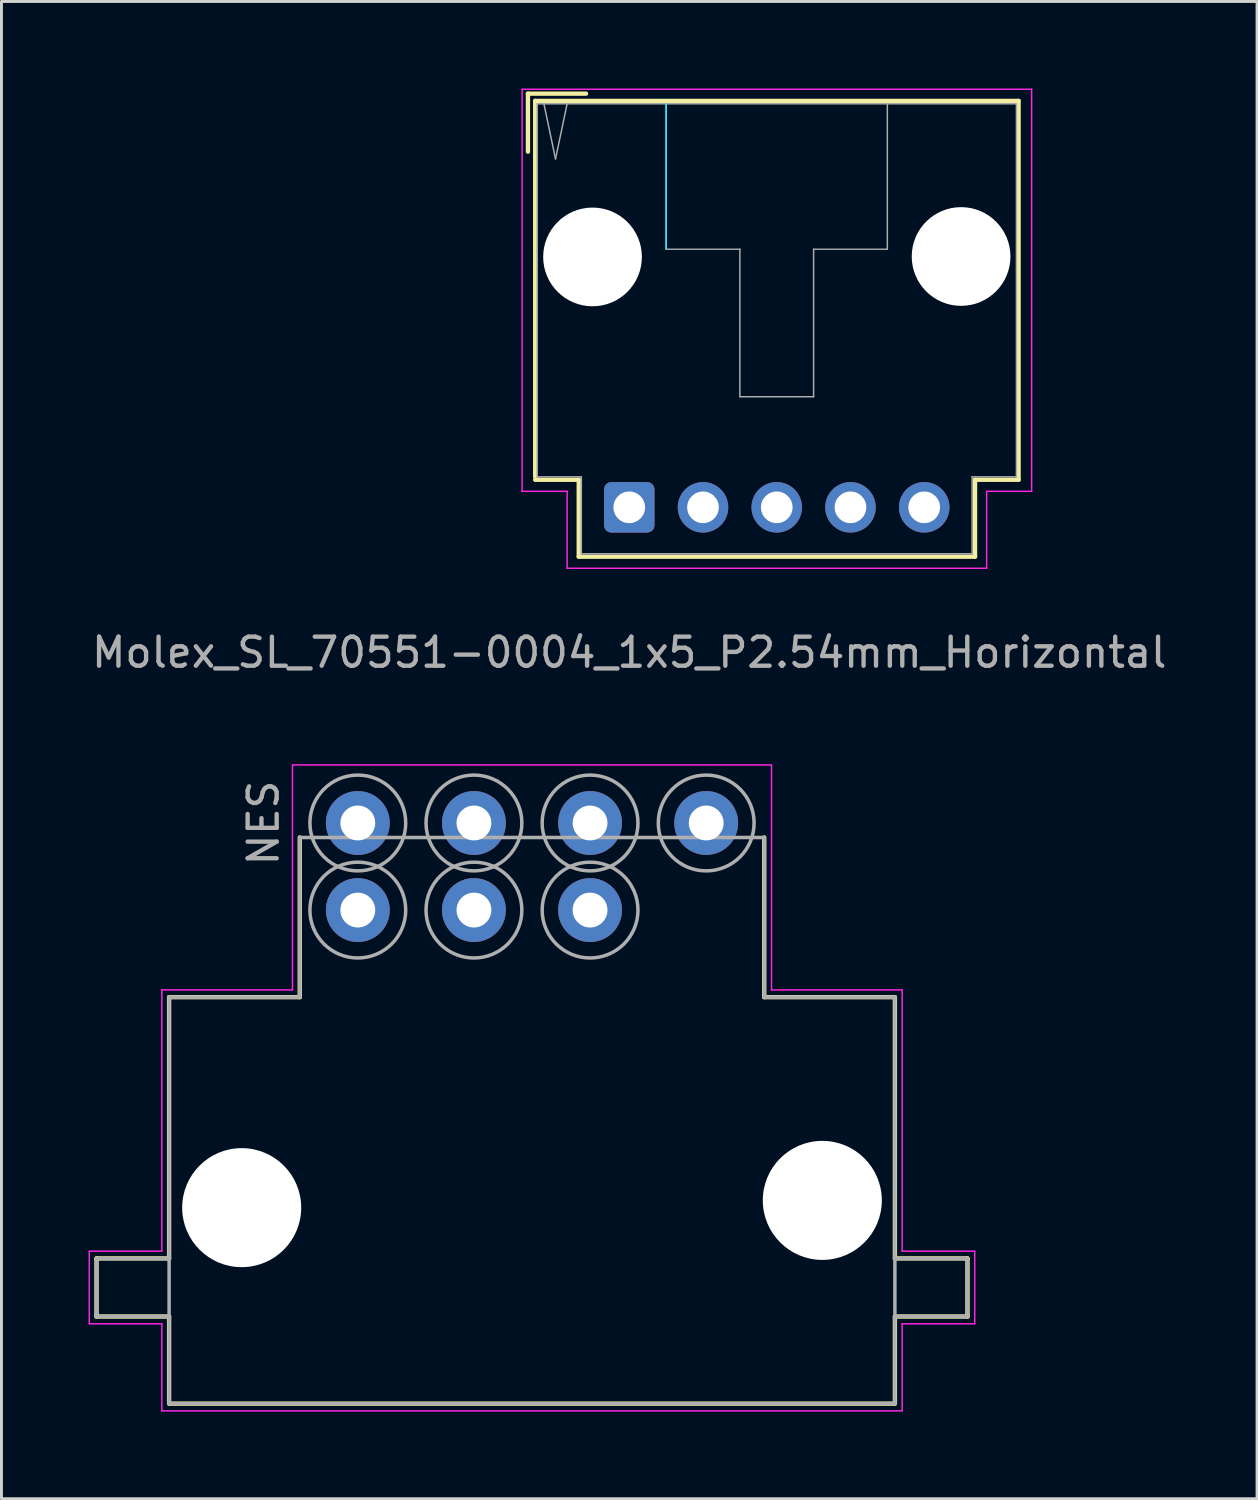
<source format=kicad_pcb>
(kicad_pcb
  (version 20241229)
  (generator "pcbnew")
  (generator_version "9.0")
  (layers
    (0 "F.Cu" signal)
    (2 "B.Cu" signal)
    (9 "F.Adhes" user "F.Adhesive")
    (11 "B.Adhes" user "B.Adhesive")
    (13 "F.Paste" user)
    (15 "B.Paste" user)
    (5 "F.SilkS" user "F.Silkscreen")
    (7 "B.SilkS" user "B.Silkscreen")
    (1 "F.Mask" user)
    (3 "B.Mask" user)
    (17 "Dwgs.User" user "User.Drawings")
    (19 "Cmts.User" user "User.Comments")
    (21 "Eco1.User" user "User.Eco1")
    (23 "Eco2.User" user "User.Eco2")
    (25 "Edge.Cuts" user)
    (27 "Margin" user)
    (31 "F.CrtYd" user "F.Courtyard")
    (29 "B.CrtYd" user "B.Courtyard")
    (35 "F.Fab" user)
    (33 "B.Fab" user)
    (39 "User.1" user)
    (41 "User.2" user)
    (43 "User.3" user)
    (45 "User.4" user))
  (footprint "Molex_SL_70551-0004_1x5_P2.54mm_Horizontal"
    (layer "F.Cu")
    (at 18.625 14.425)
    (property "Reference" "Molex_SL_70551-0004_1x5_P2.54mm_Horizontal" (at 0 5 0) (layer "F.Fab") (effects (font (size 1 1) (thickness 0.15))))
    (attr through_hole)
    (fp_line (start -3.49 -14.25) (end -3.49 -12.25) (stroke (width 0.15) (type solid)) (layer "F.SilkS"))
    (fp_line (start -3.49 -14.25) (end -1.49 -14.25) (stroke (width 0.15) (type solid)) (layer "F.SilkS"))
    (fp_line (start -3.24 -1.05) (end -3.24 -14) (stroke (width 0.15) (type solid)) (layer "F.SilkS"))
    (fp_line (start -1.74 -0.95) (end -3.24 -0.95) (stroke (width 0.15) (type solid)) (layer "F.SilkS"))
    (fp_line (start -1.74 1.7) (end -1.74 -0.95) (stroke (width 0.15) (type solid)) (layer "F.SilkS"))
    (fp_line (start -1.74 1.7) (end 11.91 1.7) (stroke (width 0.15) (type solid)) (layer "F.SilkS"))
    (fp_line (start 11.91 -0.95) (end 13.41 -0.95) (stroke (width 0.15) (type solid)) (layer "F.SilkS"))
    (fp_line (start 11.91 1.7) (end 11.91 -0.95) (stroke (width 0.15) (type solid)) (layer "F.SilkS"))
    (fp_line (start 13.41 -14) (end -3.24 -14) (stroke (width 0.15) (type solid)) (layer "F.SilkS"))
    (fp_line (start 13.41 -0.95) (end 13.41 -14) (stroke (width 0.15) (type solid)) (layer "F.SilkS"))
    (fp_line (start 1.27 -8.89) (end 1.27 -13.9) (stroke (width 0.05) (type solid)) (layer "B.CrtYd"))
    (fp_line (start -3.69 -14.4) (end 13.86 -14.4) (stroke (width 0.05) (type solid)) (layer "F.CrtYd"))
    (fp_line (start -3.69 -0.55) (end -3.69 -14.4) (stroke (width 0.05) (type solid)) (layer "F.CrtYd"))
    (fp_line (start -2.14 -0.55) (end -3.69 -0.55) (stroke (width 0.05) (type solid)) (layer "F.CrtYd"))
    (fp_line (start -2.14 2.1) (end -2.14 -0.55) (stroke (width 0.05) (type solid)) (layer "F.CrtYd"))
    (fp_line (start 12.31 -0.55) (end 12.31 2.1) (stroke (width 0.05) (type solid)) (layer "F.CrtYd"))
    (fp_line (start 12.31 2.1) (end -2.14 2.1) (stroke (width 0.05) (type solid)) (layer "F.CrtYd"))
    (fp_line (start 13.86 -14.4) (end 13.86 -0.55) (stroke (width 0.05) (type solid)) (layer "F.CrtYd"))
    (fp_line (start 13.86 -0.55) (end 12.31 -0.55) (stroke (width 0.05) (type solid)) (layer "F.CrtYd"))
    (fp_line (start -3.175 -1.05) (end -3.175 -13.9) (stroke (width 0.05) (type solid)) (layer "F.Fab"))
    (fp_line (start -2.94 -13.9) (end -2.54 -12) (stroke (width 0.05) (type solid)) (layer "F.Fab"))
    (fp_line (start -2.54 -12) (end -2.14 -13.9) (stroke (width 0.05) (type solid)) (layer "F.Fab"))
    (fp_line (start -1.65 -1.05) (end -3.175 -1.05) (stroke (width 0.05) (type solid)) (layer "F.Fab"))
    (fp_line (start -1.65 1.6) (end -1.65 -1.05) (stroke (width 0.05) (type solid)) (layer "F.Fab"))
    (fp_line (start -1.65 1.6) (end 11.81 1.6) (stroke (width 0.05) (type solid)) (layer "F.Fab"))
    (fp_line (start 1.27 -8.89) (end 1.27 -13.9) (stroke (width 0.05) (type solid)) (layer "F.Fab"))
    (fp_line (start 3.81 -8.89) (end 1.27 -8.89) (stroke (width 0.05) (type solid)) (layer "F.Fab"))
    (fp_line (start 3.81 -3.81) (end 3.81 -8.89) (stroke (width 0.05) (type solid)) (layer "F.Fab"))
    (fp_line (start 6.35 -8.89) (end 8.89 -8.89) (stroke (width 0.05) (type solid)) (layer "F.Fab"))
    (fp_line (start 6.35 -3.81) (end 3.81 -3.81) (stroke (width 0.05) (type solid)) (layer "F.Fab"))
    (fp_line (start 6.35 -3.81) (end 6.35 -8.89) (stroke (width 0.05) (type solid)) (layer "F.Fab"))
    (fp_line (start 8.89 -8.89) (end 8.89 -13.9) (stroke (width 0.05) (type solid)) (layer "F.Fab"))
    (fp_line (start 11.81 -1.05) (end 13.335 -1.05) (stroke (width 0.05) (type solid)) (layer "F.Fab"))
    (fp_line (start 11.81 1.6) (end 11.81 -1.05) (stroke (width 0.05) (type solid)) (layer "F.Fab"))
    (fp_line (start 13.335 -13.9) (end -3.175 -13.9) (stroke (width 0.05) (type solid)) (layer "F.Fab"))
    (fp_line (start 13.335 -1.05) (end 13.335 -13.9) (stroke (width 0.05) (type solid)) (layer "F.Fab"))
    (pad "" np_thru_hole circle (at -1.265 -8.625 180) (size 3.4 3.4) (drill 3.4) (layers "*.Cu" "*.Mask"))
    (pad "" np_thru_hole circle (at 11.43 -8.64 180) (size 3.4 3.4) (drill 3.4) (layers "*.Cu" "*.Mask"))
    (pad "1" thru_hole roundrect (at 0 0) (size 1.74 1.74) (drill 1.09) (layers "*.Cu" "*.Mask") (roundrect_rratio 0.144))
    (pad "2" thru_hole circle (at 2.54 0) (size 1.74 1.74) (drill 1.09) (layers "*.Cu" "*.Mask"))
    (pad "3" thru_hole circle (at 5.08 0) (size 1.74 1.74) (drill 1.09) (layers "*.Cu" "*.Mask"))
    (pad "4" thru_hole circle (at 7.62 0) (size 1.74 1.74) (drill 1.09) (layers "*.Cu" "*.Mask"))
    (pad "5" thru_hole circle (at 10.16 0) (size 1.74 1.74) (drill 1.09) (layers "*.Cu" "*.Mask")))
  (footprint "NES"
    (layer "F.Cu")
    (at 9.275 25.298)
    (property "Reference" "NES" (at -3.25 0 270) (layer "F.Fab") (effects (font (size 1 1) (thickness 0.15))))
    (attr through_hole)
    (fp_line (start -9 15) (end -9 17) (stroke (width 0.15) (type solid)) (layer "F.SilkS"))
    (fp_line (start -9 17) (end -6.5 17) (stroke (width 0.15) (type solid)) (layer "F.SilkS"))
    (fp_line (start -6.5 6) (end -6.5 15) (stroke (width 0.15) (type solid)) (layer "F.SilkS"))
    (fp_line (start -6.5 15) (end -9 15) (stroke (width 0.15) (type solid)) (layer "F.SilkS"))
    (fp_line (start -6.5 17) (end -6.5 20) (stroke (width 0.15) (type solid)) (layer "F.SilkS"))
    (fp_line (start -6.5 20) (end 18.5 20) (stroke (width 0.15) (type solid)) (layer "F.SilkS"))
    (fp_line (start -2 0.5) (end -2 6) (stroke (width 0.15) (type solid)) (layer "F.SilkS"))
    (fp_line (start -2 6) (end -6.5 6) (stroke (width 0.15) (type solid)) (layer "F.SilkS"))
    (fp_line (start 14 6) (end 14 0.5) (stroke (width 0.15) (type solid)) (layer "F.SilkS"))
    (fp_line (start 18.5 6) (end 14 6) (stroke (width 0.15) (type solid)) (layer "F.SilkS"))
    (fp_line (start 18.5 15) (end 18.5 6) (stroke (width 0.15) (type solid)) (layer "F.SilkS"))
    (fp_line (start 18.5 17) (end 21 17) (stroke (width 0.15) (type solid)) (layer "F.SilkS"))
    (fp_line (start 18.5 20) (end 18.5 17) (stroke (width 0.15) (type solid)) (layer "F.SilkS"))
    (fp_line (start 21 15) (end 18.5 15) (stroke (width 0.15) (type solid)) (layer "F.SilkS"))
    (fp_line (start 21 17) (end 21 15) (stroke (width 0.15) (type solid)) (layer "F.SilkS"))
    (fp_line (start -9.25 14.75) (end -9.25 17.25) (stroke (width 0.05) (type solid)) (layer "F.CrtYd"))
    (fp_line (start -9.25 17.25) (end -6.75 17.25) (stroke (width 0.05) (type solid)) (layer "F.CrtYd"))
    (fp_line (start -6.75 5.75) (end -6.75 14.75) (stroke (width 0.05) (type solid)) (layer "F.CrtYd"))
    (fp_line (start -6.75 14.75) (end -9.25 14.75) (stroke (width 0.05) (type solid)) (layer "F.CrtYd"))
    (fp_line (start -6.75 17.25) (end -6.75 20.25) (stroke (width 0.05) (type solid)) (layer "F.CrtYd"))
    (fp_line (start -6.75 20.25) (end 18.75 20.25) (stroke (width 0.05) (type solid)) (layer "F.CrtYd"))
    (fp_line (start -2.25 -2) (end -2.25 5.75) (stroke (width 0.05) (type solid)) (layer "F.CrtYd"))
    (fp_line (start -2.25 -2) (end 14.25 -2) (stroke (width 0.05) (type solid)) (layer "F.CrtYd"))
    (fp_line (start -2.25 5.75) (end -6.75 5.75) (stroke (width 0.05) (type solid)) (layer "F.CrtYd"))
    (fp_line (start 14.25 5.75) (end 14.25 -2) (stroke (width 0.05) (type solid)) (layer "F.CrtYd"))
    (fp_line (start 18.75 5.75) (end 14.25 5.75) (stroke (width 0.05) (type solid)) (layer "F.CrtYd"))
    (fp_line (start 18.75 14.75) (end 18.75 5.75) (stroke (width 0.05) (type solid)) (layer "F.CrtYd"))
    (fp_line (start 18.75 17.25) (end 21.25 17.25) (stroke (width 0.05) (type solid)) (layer "F.CrtYd"))
    (fp_line (start 18.75 20.25) (end 18.75 17.25) (stroke (width 0.05) (type solid)) (layer "F.CrtYd"))
    (fp_line (start 21.25 14.75) (end 18.75 14.75) (stroke (width 0.05) (type solid)) (layer "F.CrtYd"))
    (fp_line (start 21.25 17.25) (end 21.25 14.75) (stroke (width 0.05) (type solid)) (layer "F.CrtYd"))
    (fp_line (start -9 15) (end -9 17) (stroke (width 0.12) (type solid)) (layer "F.Fab"))
    (fp_line (start -9 17) (end -6.5 17) (stroke (width 0.12) (type solid)) (layer "F.Fab"))
    (fp_line (start -6.5 6) (end -2 6) (stroke (width 0.12) (type solid)) (layer "F.Fab"))
    (fp_line (start -6.5 15) (end -9 15) (stroke (width 0.12) (type solid)) (layer "F.Fab"))
    (fp_line (start -6.5 20) (end -6.5 6) (stroke (width 0.12) (type solid)) (layer "F.Fab"))
    (fp_line (start -2 0.5) (end -2 6) (stroke (width 0.12) (type solid)) (layer "F.Fab"))
    (fp_line (start -2 0.5) (end 14 0.5) (stroke (width 0.12) (type solid)) (layer "F.Fab"))
    (fp_line (start 14 0.5) (end 14 6) (stroke (width 0.12) (type solid)) (layer "F.Fab"))
    (fp_line (start 14 6) (end 18.5 6) (stroke (width 0.12) (type solid)) (layer "F.Fab"))
    (fp_line (start 18.5 6) (end 18.5 20) (stroke (width 0.12) (type solid)) (layer "F.Fab"))
    (fp_line (start 18.5 15) (end 21 15) (stroke (width 0.12) (type solid)) (layer "F.Fab"))
    (fp_line (start 18.5 20) (end -6.5 20) (stroke (width 0.12) (type solid)) (layer "F.Fab"))
    (fp_line (start 21 15) (end 21 17) (stroke (width 0.12) (type solid)) (layer "F.Fab"))
    (fp_line (start 21 17) (end 18.5 17) (stroke (width 0.12) (type solid)) (layer "F.Fab"))
    (fp_circle (center 0 0) (end 1.65 0) (stroke (width 0.12) (type solid)) (fill no) (layer "F.Fab"))
    (fp_circle (center 0 3) (end 1.65 3) (stroke (width 0.12) (type solid)) (fill no) (layer "F.Fab"))
    (fp_circle (center 4 0) (end 5.65 0) (stroke (width 0.12) (type solid)) (fill no) (layer "F.Fab"))
    (fp_circle (center 4 3) (end 5.65 3) (stroke (width 0.12) (type solid)) (fill no) (layer "F.Fab"))
    (fp_circle (center 8 0) (end 9.65 0) (stroke (width 0.12) (type solid)) (fill no) (layer "F.Fab"))
    (fp_circle (center 8 3) (end 9.65 3) (stroke (width 0.12) (type solid)) (fill no) (layer "F.Fab"))
    (fp_circle (center 12 0) (end 13.65 0) (stroke (width 0.12) (type solid)) (fill no) (layer "F.Fab"))
    (pad "" np_thru_hole circle (at -4 13.25) (size 4.1 4.1) (drill 4.1) (layers "*.Cu" "*.Mask"))
    (pad "" np_thru_hole circle (at 16 13) (size 4.1 4.1) (drill 4.1) (layers "*.Cu" "*.Mask"))
    (pad "1" thru_hole circle (at 0 0) (size 2.2 2.2) (drill 1.2) (layers "*.Cu" "*.Mask"))
    (pad "2" thru_hole circle (at 4 0) (size 2.2 2.2) (drill 1.2) (layers "*.Cu" "*.Mask"))
    (pad "3" thru_hole circle (at 8 0) (size 2.2 2.2) (drill 1.2) (layers "*.Cu" "*.Mask"))
    (pad "4" thru_hole circle (at 12 0) (size 2.2 2.2) (drill 1.2) (layers "*.Cu" "*.Mask"))
    (pad "5" thru_hole circle (at 0 3) (size 2.2 2.2) (drill 1.2) (layers "*.Cu" "*.Mask"))
    (pad "6" thru_hole circle (at 4 3) (size 2.2 2.2) (drill 1.2) (layers "*.Cu" "*.Mask"))
    (pad "7" thru_hole circle (at 8 3) (size 2.2 2.2) (drill 1.2) (layers "*.Cu" "*.Mask")))
  (gr_rect
    (start -3 -3)
    (end 40.25 48.573)
    (stroke (width 0.1) (type default))
    (fill no)
    (layer "Edge.Cuts")))
</source>
